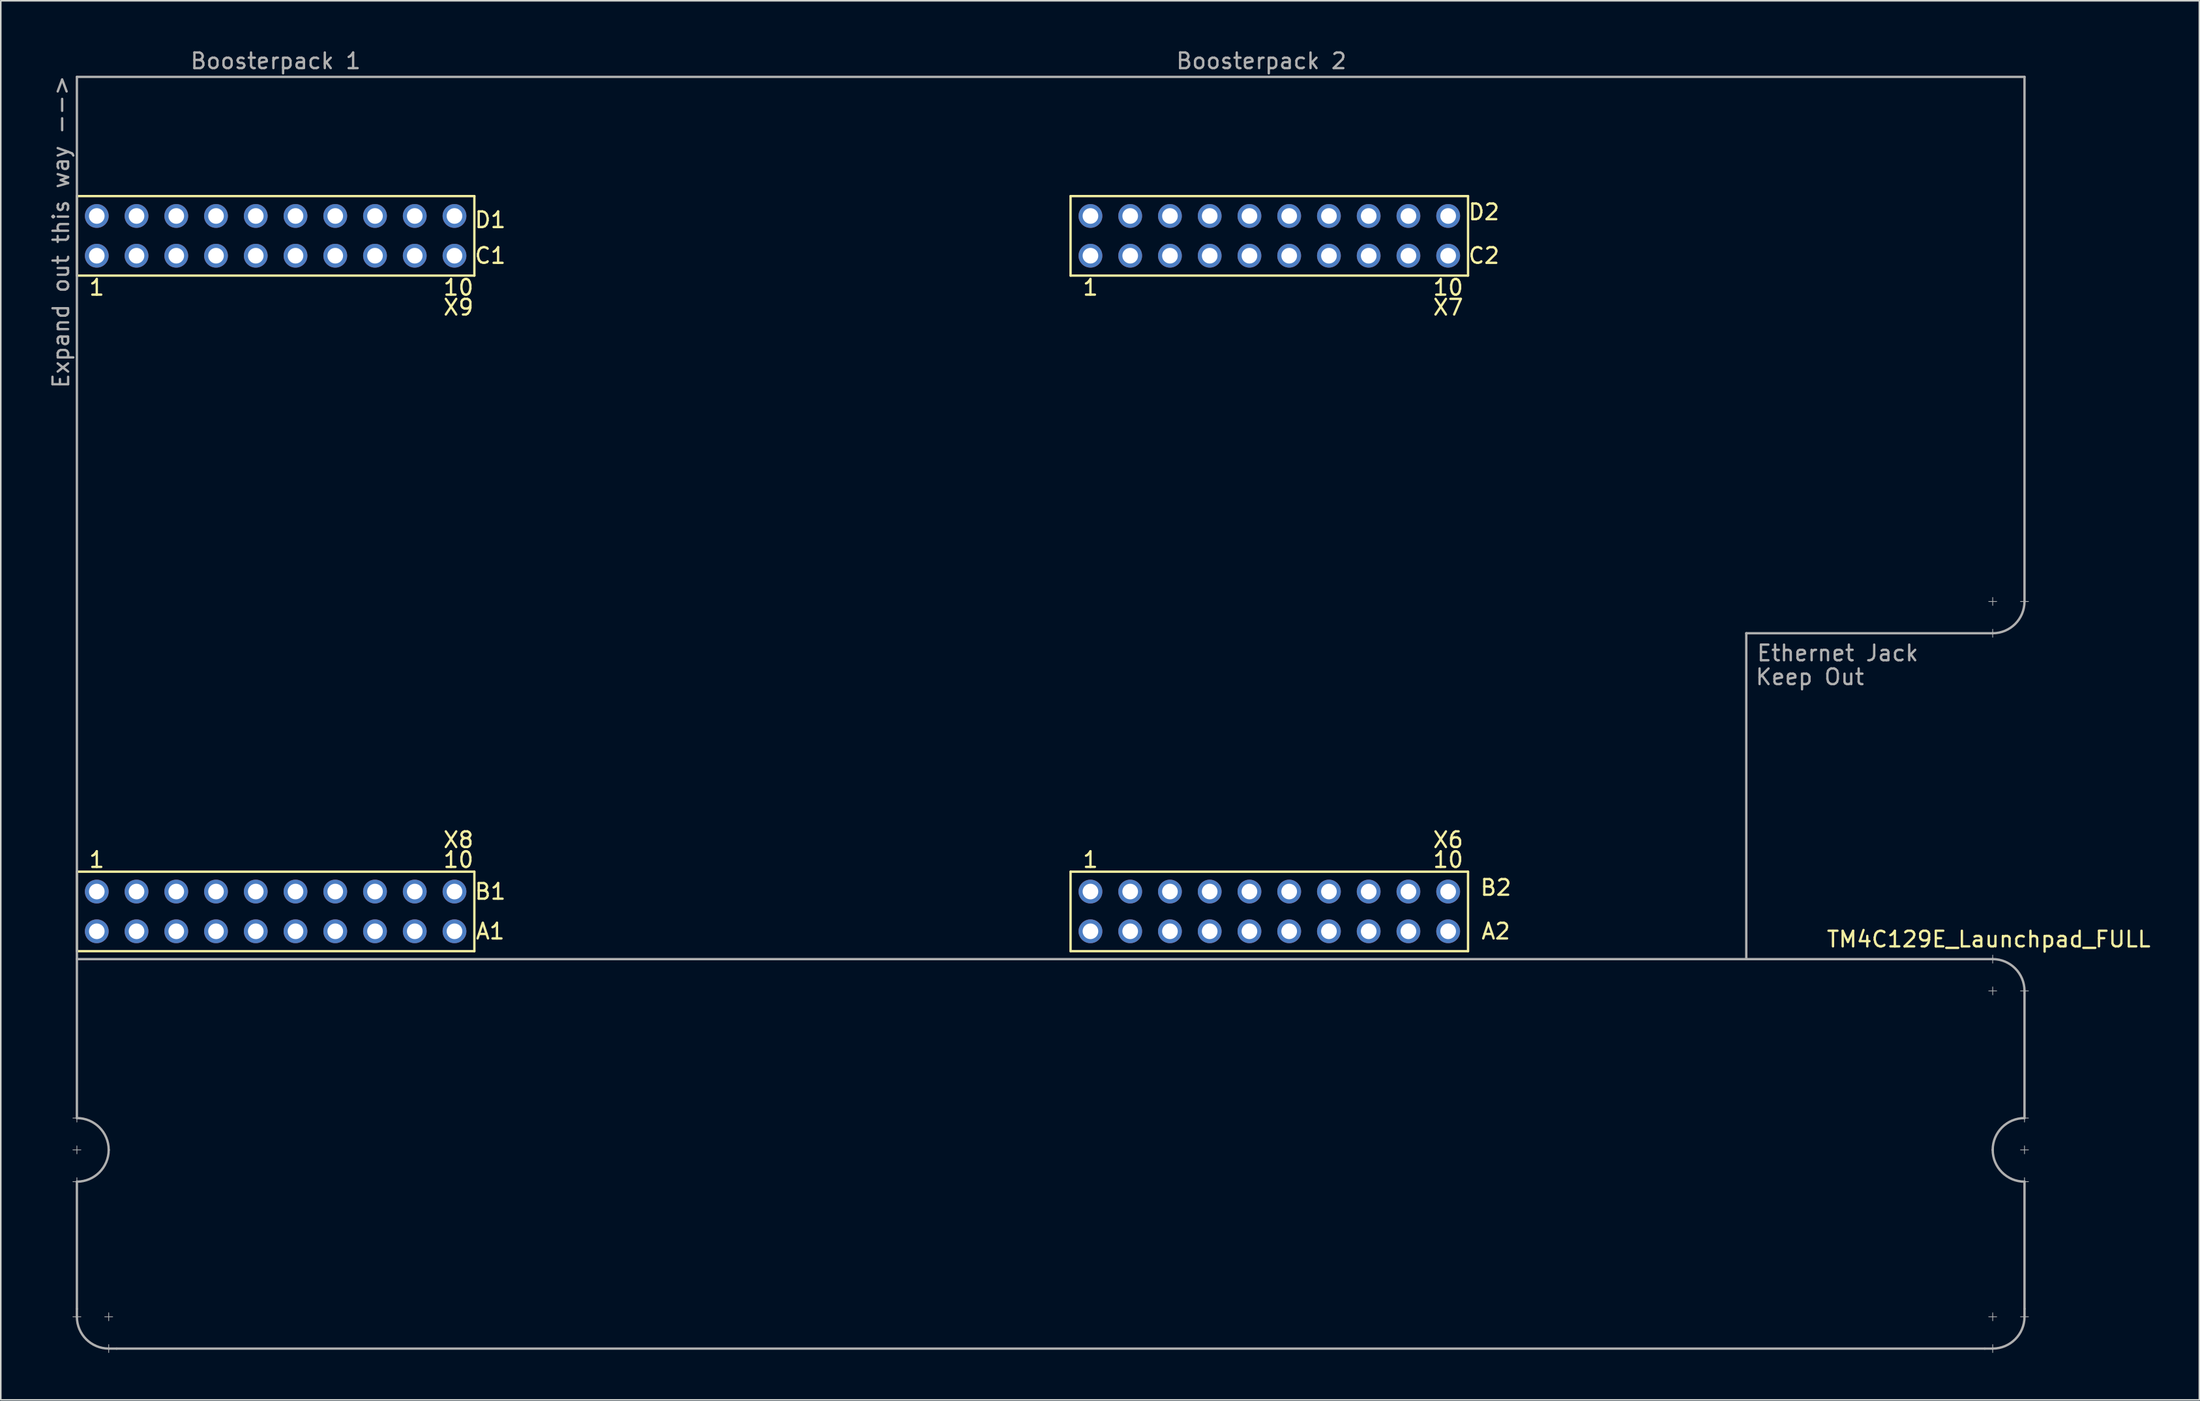
<source format=kicad_pcb>
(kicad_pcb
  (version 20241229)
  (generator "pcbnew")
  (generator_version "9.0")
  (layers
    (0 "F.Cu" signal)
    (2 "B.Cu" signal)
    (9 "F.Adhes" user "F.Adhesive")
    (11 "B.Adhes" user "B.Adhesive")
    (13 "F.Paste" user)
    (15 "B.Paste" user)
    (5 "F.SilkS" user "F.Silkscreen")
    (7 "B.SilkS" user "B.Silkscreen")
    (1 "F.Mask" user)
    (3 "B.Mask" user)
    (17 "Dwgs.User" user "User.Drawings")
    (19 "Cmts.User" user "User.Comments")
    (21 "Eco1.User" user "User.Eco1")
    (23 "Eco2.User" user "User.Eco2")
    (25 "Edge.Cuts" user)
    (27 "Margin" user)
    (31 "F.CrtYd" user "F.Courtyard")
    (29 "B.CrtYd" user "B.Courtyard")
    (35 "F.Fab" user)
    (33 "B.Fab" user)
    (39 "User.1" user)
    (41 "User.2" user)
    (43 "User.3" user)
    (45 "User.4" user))
  (footprint "TM4C129E_Launchpad_FULL"
    (layer "F.Cu")
    (at 1.864 57.744)
    (property "Reference" "TM4C129E_Launchpad_FULL" (at 122.174 -0.762 180) (layer "F.SilkS") (effects (font (size 1 1) (thickness 0.15))))
    (attr through_hole)
    (fp_line (start 0 -48.26) (end 0 -43.18) (stroke (width 0.15) (type solid)) (layer "F.SilkS"))
    (fp_line (start 0 -43.18) (end 25.4 -43.18) (stroke (width 0.15) (type solid)) (layer "F.SilkS"))
    (fp_line (start 0 -5.08) (end 0 0) (stroke (width 0.15) (type solid)) (layer "F.SilkS"))
    (fp_line (start 0 0) (end 25.4 0) (stroke (width 0.15) (type solid)) (layer "F.SilkS"))
    (fp_line (start 25.4 -48.26) (end 0 -48.26) (stroke (width 0.15) (type solid)) (layer "F.SilkS"))
    (fp_line (start 25.4 -43.18) (end 25.4 -48.26) (stroke (width 0.15) (type solid)) (layer "F.SilkS"))
    (fp_line (start 25.4 -5.08) (end 0 -5.08) (stroke (width 0.15) (type solid)) (layer "F.SilkS"))
    (fp_line (start 25.4 0) (end 25.4 -5.08) (stroke (width 0.15) (type solid)) (layer "F.SilkS"))
    (fp_line (start 63.5 -48.26) (end 63.5 -43.18) (stroke (width 0.15) (type solid)) (layer "F.SilkS"))
    (fp_line (start 63.5 -43.18) (end 88.9 -43.18) (stroke (width 0.15) (type solid)) (layer "F.SilkS"))
    (fp_line (start 63.5 -5.08) (end 63.5 0) (stroke (width 0.15) (type solid)) (layer "F.SilkS"))
    (fp_line (start 63.5 0) (end 88.9 0) (stroke (width 0.15) (type solid)) (layer "F.SilkS"))
    (fp_line (start 88.9 -48.26) (end 63.5 -48.26) (stroke (width 0.15) (type solid)) (layer "F.SilkS"))
    (fp_line (start 88.9 -43.18) (end 88.9 -48.26) (stroke (width 0.15) (type solid)) (layer "F.SilkS"))
    (fp_line (start 88.9 -5.08) (end 63.5 -5.08) (stroke (width 0.15) (type solid)) (layer "F.SilkS"))
    (fp_line (start 88.9 0) (end 88.9 -5.08) (stroke (width 0.15) (type solid)) (layer "F.SilkS"))
    (fp_line (start -0.254 10.668) (end 0.254 10.668) (stroke (width 0.05) (type solid)) (layer "F.Fab"))
    (fp_line (start -0.254 12.7) (end 0.254 12.7) (stroke (width 0.05) (type solid)) (layer "F.Fab"))
    (fp_line (start -0.254 14.732) (end 0.254 14.732) (stroke (width 0.05) (type solid)) (layer "F.Fab"))
    (fp_line (start 0 -55.88) (end 0 0.508) (stroke (width 0.15) (type solid)) (layer "F.Fab"))
    (fp_line (start 0 -55.88) (end 124.46 -55.88) (stroke (width 0.15) (type solid)) (layer "F.Fab"))
    (fp_line (start 0 0.508) (end 122.428 0.508) (stroke (width 0.15) (type solid)) (layer "F.Fab"))
    (fp_line (start 0 10.414) (end 0 10.922) (stroke (width 0.05) (type solid)) (layer "F.Fab"))
    (fp_line (start 0 10.668) (end 0 0.508) (stroke (width 0.15) (type solid)) (layer "F.Fab"))
    (fp_line (start 0 12.446) (end 0 12.954) (stroke (width 0.05) (type solid)) (layer "F.Fab"))
    (fp_line (start 0 14.478) (end 0 14.986) (stroke (width 0.05) (type solid)) (layer "F.Fab"))
    (fp_line (start 0 22.86) (end 0 14.732) (stroke (width 0.15) (type solid)) (layer "F.Fab"))
    (fp_line (start 0 22.86) (end 0 23.368) (stroke (width 0.15) (type solid)) (layer "F.Fab"))
    (fp_line (start 0.254 23.368) (end -0.254 23.368) (stroke (width 0.05) (type solid)) (layer "F.Fab"))
    (fp_line (start 1.778 23.368) (end 2.286 23.368) (stroke (width 0.05) (type solid)) (layer "F.Fab"))
    (fp_line (start 2.032 23.114) (end 2.032 23.622) (stroke (width 0.05) (type solid)) (layer "F.Fab"))
    (fp_line (start 2.032 25.146) (end 2.032 25.654) (stroke (width 0.05) (type solid)) (layer "F.Fab"))
    (fp_line (start 2.032 25.4) (end 2.54 25.4) (stroke (width 0.15) (type solid)) (layer "F.Fab"))
    (fp_line (start 2.54 25.4) (end 121.92 25.4) (stroke (width 0.15) (type solid)) (layer "F.Fab"))
    (fp_line (start 106.68 -20.32) (end 106.68 0.508) (stroke (width 0.15) (type solid)) (layer "F.Fab"))
    (fp_line (start 121.92 25.4) (end 122.428 25.4) (stroke (width 0.15) (type solid)) (layer "F.Fab"))
    (fp_line (start 122.174 -22.352) (end 122.682 -22.352) (stroke (width 0.05) (type solid)) (layer "F.Fab"))
    (fp_line (start 122.174 2.54) (end 122.682 2.54) (stroke (width 0.05) (type solid)) (layer "F.Fab"))
    (fp_line (start 122.174 23.368) (end 122.682 23.368) (stroke (width 0.05) (type solid)) (layer "F.Fab"))
    (fp_line (start 122.428 -22.606) (end 122.428 -22.098) (stroke (width 0.05) (type solid)) (layer "F.Fab"))
    (fp_line (start 122.428 -20.574) (end 122.428 -20.066) (stroke (width 0.05) (type solid)) (layer "F.Fab"))
    (fp_line (start 122.428 -20.32) (end 106.68 -20.32) (stroke (width 0.15) (type solid)) (layer "F.Fab"))
    (fp_line (start 122.428 0.254) (end 122.428 0.762) (stroke (width 0.05) (type solid)) (layer "F.Fab"))
    (fp_line (start 122.428 2.286) (end 122.428 2.794) (stroke (width 0.05) (type solid)) (layer "F.Fab"))
    (fp_line (start 122.428 23.114) (end 122.428 23.622) (stroke (width 0.05) (type solid)) (layer "F.Fab"))
    (fp_line (start 122.428 25.146) (end 122.428 25.654) (stroke (width 0.05) (type solid)) (layer "F.Fab"))
    (fp_line (start 124.206 -22.352) (end 124.714 -22.352) (stroke (width 0.05) (type solid)) (layer "F.Fab"))
    (fp_line (start 124.206 2.54) (end 124.714 2.54) (stroke (width 0.05) (type solid)) (layer "F.Fab"))
    (fp_line (start 124.206 10.668) (end 124.714 10.668) (stroke (width 0.05) (type solid)) (layer "F.Fab"))
    (fp_line (start 124.206 12.7) (end 124.714 12.7) (stroke (width 0.05) (type solid)) (layer "F.Fab"))
    (fp_line (start 124.206 14.732) (end 124.714 14.732) (stroke (width 0.05) (type solid)) (layer "F.Fab"))
    (fp_line (start 124.206 23.368) (end 124.714 23.368) (stroke (width 0.05) (type solid)) (layer "F.Fab"))
    (fp_line (start 124.46 -55.88) (end 124.46 -22.352) (stroke (width 0.15) (type solid)) (layer "F.Fab"))
    (fp_line (start 124.46 10.414) (end 124.46 10.922) (stroke (width 0.05) (type solid)) (layer "F.Fab"))
    (fp_line (start 124.46 10.668) (end 124.46 2.54) (stroke (width 0.15) (type solid)) (layer "F.Fab"))
    (fp_line (start 124.46 12.446) (end 124.46 12.954) (stroke (width 0.05) (type solid)) (layer "F.Fab"))
    (fp_line (start 124.46 14.478) (end 124.46 14.986) (stroke (width 0.05) (type solid)) (layer "F.Fab"))
    (fp_line (start 124.46 14.732) (end 124.46 22.86) (stroke (width 0.15) (type solid)) (layer "F.Fab"))
    (fp_line (start 124.46 23.343) (end 124.46 22.86) (stroke (width 0.15) (type solid)) (layer "F.Fab"))
    (fp_arc (start 0 10.668) (mid 1.436841 11.263159) (end 2.032 12.7) (stroke (width 0.15) (type solid)) (layer "F.Fab"))
    (fp_arc (start 2.032 12.7) (mid 1.436841 14.136841) (end 0 14.732) (stroke (width 0.15) (type solid)) (layer "F.Fab"))
    (fp_arc (start 2.032 25.4) (mid 0.595159 24.804841) (end 0 23.368) (stroke (width 0.15) (type solid)) (layer "F.Fab"))
    (fp_arc (start 122.428 0.508) (mid 123.864841 1.103159) (end 124.46 2.54) (stroke (width 0.15) (type solid)) (layer "F.Fab"))
    (fp_arc (start 122.428 12.7) (mid 123.023159 11.263159) (end 124.46 10.668) (stroke (width 0.15) (type solid)) (layer "F.Fab"))
    (fp_arc (start 124.46 -22.352) (mid 123.864841 -20.915159) (end 122.428 -20.32) (stroke (width 0.15) (type solid)) (layer "F.Fab"))
    (fp_arc (start 124.46 14.732) (mid 123.023159 14.136841) (end 122.428 12.7) (stroke (width 0.15) (type solid)) (layer "F.Fab"))
    (fp_arc (start 124.46 23.368) (mid 123.864841 24.804841) (end 122.428 25.4) (stroke (width 0.15) (type solid)) (layer "F.Fab"))
    (fp_text user "X9" (at 24.384 -41.148 180) (layer "F.SilkS") (effects (font (size 1 1) (thickness 0.15))))
    (fp_text user "C2" (at 89.916 -44.45 180) (layer "F.SilkS") (effects (font (size 1 1) (thickness 0.15))))
    (fp_text user "X8" (at 24.384 -7.112 180) (layer "F.SilkS") (effects (font (size 1 1) (thickness 0.15))))
    (fp_text user "A1" (at 26.416 -1.27 180) (layer "F.SilkS") (effects (font (size 1 1) (thickness 0.15))))
    (fp_text user "1" (at 1.27 -5.842 180) (layer "F.SilkS") (effects (font (size 1 1) (thickness 0.15))))
    (fp_text user "X6" (at 87.63 -7.112 0) (layer "F.SilkS") (effects (font (size 1 1) (thickness 0.15))))
    (fp_text user "D1" (at 26.416 -46.736 180) (layer "F.SilkS") (effects (font (size 1 1) (thickness 0.15))))
    (fp_text user "B1" (at 26.416 -3.81 180) (layer "F.SilkS") (effects (font (size 1 1) (thickness 0.15))))
    (fp_text user "B2" (at 90.678 -4.064 180) (layer "F.SilkS") (effects (font (size 1 1) (thickness 0.15))))
    (fp_text user "10" (at 24.384 -42.418 180) (layer "F.SilkS") (effects (font (size 1 1) (thickness 0.15))))
    (fp_text user "1" (at 64.77 -5.842 180) (layer "F.SilkS") (effects (font (size 1 1) (thickness 0.15))))
    (fp_text user "1" (at 64.77 -42.418 180) (layer "F.SilkS") (effects (font (size 1 1) (thickness 0.15))))
    (fp_text user "D2" (at 89.916 -47.244 0) (layer "F.SilkS") (effects (font (size 1 1) (thickness 0.15))))
    (fp_text user "10" (at 87.63 -42.418 180) (layer "F.SilkS") (effects (font (size 1 1) (thickness 0.15))))
    (fp_text user "X7" (at 87.63 -41.148 180) (layer "F.SilkS") (effects (font (size 1 1) (thickness 0.15))))
    (fp_text user "C1" (at 26.416 -44.45 180) (layer "F.SilkS") (effects (font (size 1 1) (thickness 0.15))))
    (fp_text user "A2" (at 90.678 -1.27 180) (layer "F.SilkS") (effects (font (size 1 1) (thickness 0.15))))
    (fp_text user "10" (at 87.63 -5.842 180) (layer "F.SilkS") (effects (font (size 1 1) (thickness 0.15))))
    (fp_text user "10" (at 24.384 -5.842 180) (layer "F.SilkS") (effects (font (size 1 1) (thickness 0.15))))
    (fp_text user "1" (at 1.27 -42.418 180) (layer "F.SilkS") (effects (font (size 1 1) (thickness 0.15))))
    (fp_text user "Ethernet Jack" (at 112.522 -19.05 0) (layer "F.Fab") (effects (font (size 1 1) (thickness 0.15))))
    (fp_text user "Boosterpack 1" (at 12.7 -56.896 0) (layer "F.Fab") (effects (font (size 1 1) (thickness 0.15))))
    (fp_text user "Keep Out" (at 110.744 -17.526 0) (layer "F.Fab") (effects (font (size 1 1) (thickness 0.15))))
    (fp_text user "Expand out this way -->" (at -1.016 -45.974 90) (layer "F.Fab") (effects (font (size 1 1) (thickness 0.15))))
    (fp_text user "Boosterpack 2" (at 75.692 -56.896 0) (layer "F.Fab") (effects (font (size 1 1) (thickness 0.15))))
    (pad "+3V3" thru_hole circle (at 1.27 -1.27 180) (size 1.52 1.52) (drill 1) (layers "*.Cu" "*.Mask" "F.Paste"))
    (pad "+3V3" thru_hole circle (at 64.77 -1.27 180) (size 1.52 1.52) (drill 1) (layers "*.Cu" "*.Mask" "F.Paste"))
    (pad "+5V" thru_hole circle (at 1.27 -3.81 180) (size 1.52 1.52) (drill 1) (layers "*.Cu" "*.Mask" "F.Paste"))
    (pad "+5V" thru_hole circle (at 64.77 -3.81 180) (size 1.52 1.52) (drill 1) (layers "*.Cu" "*.Mask" "F.Paste"))
    (pad "GND" thru_hole circle (at 1.27 -46.99 180) (size 1.52 1.52) (drill 1) (layers "*.Cu" "*.Mask" "F.Paste"))
    (pad "GND" thru_hole circle (at 3.81 -3.81 180) (size 1.52 1.52) (drill 1) (layers "*.Cu" "*.Mask" "F.Paste"))
    (pad "GND" thru_hole circle (at 64.77 -46.99 180) (size 1.52 1.52) (drill 1) (layers "*.Cu" "*.Mask" "F.Paste"))
    (pad "GND" thru_hole circle (at 67.31 -3.81 180) (size 1.52 1.52) (drill 1) (layers "*.Cu" "*.Mask" "F.Paste"))
    (pad "PA4" thru_hole circle (at 85.09 -3.81 180) (size 1.52 1.52) (drill 1) (layers "*.Cu" "*.Mask" "F.Paste"))
    (pad "PA5" thru_hole circle (at 87.63 -3.81 180) (size 1.52 1.52) (drill 1) (layers "*.Cu" "*.Mask" "F.Paste"))
    (pad "PA6" thru_hole circle (at 19.05 -3.81 180) (size 1.52 1.52) (drill 1) (layers "*.Cu" "*.Mask" "F.Paste"))
    (pad "PA7" thru_hole circle (at 72.39 -46.99 180) (size 1.52 1.52) (drill 1) (layers "*.Cu" "*.Mask" "F.Paste"))
    (pad "PB2" thru_hole circle (at 21.59 -1.27 180) (size 1.52 1.52) (drill 1) (layers "*.Cu" "*.Mask" "F.Paste"))
    (pad "PB3" thru_hole circle (at 24.13 -1.27 180) (size 1.52 1.52) (drill 1) (layers "*.Cu" "*.Mask" "F.Paste"))
    (pad "PB4" thru_hole circle (at 69.85 -3.81 180) (size 1.52 1.52) (drill 1) (layers "*.Cu" "*.Mask" "F.Paste"))
    (pad "PB5" thru_hole circle (at 72.39 -3.81 180) (size 1.52 1.52) (drill 1) (layers "*.Cu" "*.Mask" "F.Paste"))
    (pad "PC4" thru_hole circle (at 6.35 -1.27 180) (size 1.52 1.52) (drill 1) (layers "*.Cu" "*.Mask" "F.Paste"))
    (pad "PC5" thru_hole circle (at 8.89 -1.27 180) (size 1.52 1.52) (drill 1) (layers "*.Cu" "*.Mask" "F.Paste"))
    (pad "PC6" thru_hole circle (at 11.43 -1.27 180) (size 1.52 1.52) (drill 1) (layers "*.Cu" "*.Mask" "F.Paste"))
    (pad "PC7" thru_hole circle (at 19.05 -1.27 180) (size 1.52 1.52) (drill 1) (layers "*.Cu" "*.Mask" "F.Paste"))
    (pad "PD0" thru_hole circle (at 16.51 -46.99 180) (size 1.52 1.52) (drill 1) (layers "*.Cu" "*.Mask" "F.Paste"))
    (pad "PD1" thru_hole circle (at 13.97 -46.99 180) (size 1.52 1.52) (drill 1) (layers "*.Cu" "*.Mask" "F.Paste"))
    (pad "PD2" thru_hole circle (at 67.31 -1.27 180) (size 1.52 1.52) (drill 1) (layers "*.Cu" "*.Mask" "F.Paste"))
    (pad "PD3" thru_hole circle (at 16.51 -1.27 180) (size 1.52 1.52) (drill 1) (layers "*.Cu" "*.Mask" "F.Paste"))
    (pad "PD4" thru_hole circle (at 74.93 -1.27 180) (size 1.52 1.52) (drill 1) (layers "*.Cu" "*.Mask" "F.Paste"))
    (pad "PD5" thru_hole circle (at 77.47 -1.27 180) (size 1.52 1.52) (drill 1) (layers "*.Cu" "*.Mask" "F.Paste"))
    (pad "PD7" thru_hole circle (at 16.51 -3.81 180) (size 1.52 1.52) (drill 1) (layers "*.Cu" "*.Mask" "F.Paste"))
    (pad "PE0" thru_hole circle (at 6.35 -3.81 180) (size 1.52 1.52) (drill 1) (layers "*.Cu" "*.Mask" "F.Paste"))
    (pad "PE1" thru_hole circle (at 8.89 -3.81 180) (size 1.52 1.52) (drill 1) (layers "*.Cu" "*.Mask" "F.Paste"))
    (pad "PE2" thru_hole circle (at 11.43 -3.81 180) (size 1.52 1.52) (drill 1) (layers "*.Cu" "*.Mask" "F.Paste"))
    (pad "PE3" thru_hole circle (at 13.97 -3.81 180) (size 1.52 1.52) (drill 1) (layers "*.Cu" "*.Mask" "F.Paste"))
    (pad "PE4" thru_hole circle (at 3.81 -1.27 180) (size 1.52 1.52) (drill 1) (layers "*.Cu" "*.Mask" "F.Paste"))
    (pad "PE5" thru_hole circle (at 13.97 -1.27 180) (size 1.52 1.52) (drill 1) (layers "*.Cu" "*.Mask" "F.Paste"))
    (pad "PF1" thru_hole circle (at 1.27 -44.45 180) (size 1.52 1.52) (drill 1) (layers "*.Cu" "*.Mask" "F.Paste"))
    (pad "PF2" thru_hole circle (at 3.81 -44.45 180) (size 1.52 1.52) (drill 1) (layers "*.Cu" "*.Mask" "F.Paste"))
    (pad "PF3" thru_hole circle (at 6.35 -44.45 180) (size 1.52 1.52) (drill 1) (layers "*.Cu" "*.Mask" "F.Paste"))
    (pad "PG0" thru_hole circle (at 8.89 -44.45 180) (size 1.52 1.52) (drill 1) (layers "*.Cu" "*.Mask" "F.Paste"))
    (pad "PG1" thru_hole circle (at 64.77 -44.45 180) (size 1.52 1.52) (drill 1) (layers "*.Cu" "*.Mask" "F.Paste"))
    (pad "PH0" thru_hole circle (at 80.01 -44.45 180) (size 1.52 1.52) (drill 1) (layers "*.Cu" "*.Mask" "F.Paste"))
    (pad "PH1" thru_hole circle (at 82.55 -44.45 180) (size 1.52 1.52) (drill 1) (layers "*.Cu" "*.Mask" "F.Paste"))
    (pad "PH2" thru_hole circle (at 6.35 -46.99 180) (size 1.52 1.52) (drill 1) (layers "*.Cu" "*.Mask" "F.Paste"))
    (pad "PH3" thru_hole circle (at 8.89 -46.99 180) (size 1.52 1.52) (drill 1) (layers "*.Cu" "*.Mask" "F.Paste"))
    (pad "PK0" thru_hole circle (at 74.93 -3.81 180) (size 1.52 1.52) (drill 1) (layers "*.Cu" "*.Mask" "F.Paste"))
    (pad "PK1" thru_hole circle (at 77.47 -3.81 180) (size 1.52 1.52) (drill 1) (layers "*.Cu" "*.Mask" "F.Paste"))
    (pad "PK2" thru_hole circle (at 80.01 -3.81 180) (size 1.52 1.52) (drill 1) (layers "*.Cu" "*.Mask" "F.Paste"))
    (pad "PK3" thru_hole circle (at 82.55 -3.81 180) (size 1.52 1.52) (drill 1) (layers "*.Cu" "*.Mask" "F.Paste"))
    (pad "PK4" thru_hole circle (at 67.31 -44.45 180) (size 1.52 1.52) (drill 1) (layers "*.Cu" "*.Mask" "F.Paste"))
    (pad "PK5" thru_hole circle (at 69.85 -44.45 180) (size 1.52 1.52) (drill 1) (layers "*.Cu" "*.Mask" "F.Paste"))
    (pad "PK6" thru_hole circle (at 85.09 -44.45 180) (size 1.52 1.52) (drill 1) (layers "*.Cu" "*.Mask" "F.Paste"))
    (pad "PK7" thru_hole circle (at 87.63 -44.45 180) (size 1.52 1.52) (drill 1) (layers "*.Cu" "*.Mask" "F.Paste"))
    (pad "PL0" thru_hole circle (at 16.51 -44.45 180) (size 1.52 1.52) (drill 1) (layers "*.Cu" "*.Mask" "F.Paste"))
    (pad "PL1" thru_hole circle (at 19.05 -44.45 180) (size 1.52 1.52) (drill 1) (layers "*.Cu" "*.Mask" "F.Paste"))
    (pad "PL2" thru_hole circle (at 21.59 -44.45 180) (size 1.52 1.52) (drill 1) (layers "*.Cu" "*.Mask" "F.Paste"))
    (pad "PL3" thru_hole circle (at 24.13 -44.45 180) (size 1.52 1.52) (drill 1) (layers "*.Cu" "*.Mask" "F.Paste"))
    (pad "PL4" thru_hole circle (at 11.43 -44.45 180) (size 1.52 1.52) (drill 1) (layers "*.Cu" "*.Mask" "F.Paste"))
    (pad "PL5" thru_hole circle (at 13.97 -44.45 180) (size 1.52 1.52) (drill 1) (layers "*.Cu" "*.Mask" "F.Paste"))
    (pad "PM0" thru_hole circle (at 72.39 -44.45 180) (size 1.52 1.52) (drill 1) (layers "*.Cu" "*.Mask" "F.Paste"))
    (pad "PM1" thru_hole circle (at 74.93 -44.45 180) (size 1.52 1.52) (drill 1) (layers "*.Cu" "*.Mask" "F.Paste"))
    (pad "PM2" thru_hole circle (at 77.47 -44.45 180) (size 1.52 1.52) (drill 1) (layers "*.Cu" "*.Mask" "F.Paste"))
    (pad "PM3" thru_hole circle (at 3.81 -46.99 180) (size 1.52 1.52) (drill 1) (layers "*.Cu" "*.Mask" "F.Paste"))
    (pad "PM4" thru_hole circle (at 21.59 -3.81 180) (size 1.52 1.52) (drill 1) (layers "*.Cu" "*.Mask" "F.Paste"))
    (pad "PM5" thru_hole circle (at 24.13 -3.81 180) (size 1.52 1.52) (drill 1) (layers "*.Cu" "*.Mask" "F.Paste"))
    (pad "PM6" thru_hole circle (at 87.63 -46.99 180) (size 1.52 1.52) (drill 1) (layers "*.Cu" "*.Mask" "F.Paste"))
    (pad "PM7" thru_hole circle (at 67.31 -46.99 180) (size 1.52 1.52) (drill 1) (layers "*.Cu" "*.Mask" "F.Paste"))
    (pad "PN2" thru_hole circle (at 19.05 -46.99 180) (size 1.52 1.52) (drill 1) (layers "*.Cu" "*.Mask" "F.Paste"))
    (pad "PN3" thru_hole circle (at 21.59 -46.99 180) (size 1.52 1.52) (drill 1) (layers "*.Cu" "*.Mask" "F.Paste"))
    (pad "PN4" thru_hole circle (at 87.63 -1.27 180) (size 1.52 1.52) (drill 1) (layers "*.Cu" "*.Mask" "F.Paste"))
    (pad "PN5" thru_hole circle (at 85.09 -1.27 180) (size 1.52 1.52) (drill 1) (layers "*.Cu" "*.Mask" "F.Paste"))
    (pad "PP0" thru_hole circle (at 69.85 -1.27 180) (size 1.52 1.52) (drill 1) (layers "*.Cu" "*.Mask" "F.Paste"))
    (pad "PP1" thru_hole circle (at 72.39 -1.27 180) (size 1.52 1.52) (drill 1) (layers "*.Cu" "*.Mask" "F.Paste"))
    (pad "PP2" thru_hole circle (at 24.13 -46.99 180) (size 1.52 1.52) (drill 1) (layers "*.Cu" "*.Mask" "F.Paste"))
    (pad "PP3" thru_hole circle (at 82.55 -46.99 180) (size 1.52 1.52) (drill 1) (layers "*.Cu" "*.Mask" "F.Paste"))
    (pad "PP4" thru_hole circle (at 82.55 -1.27 180) (size 1.52 1.52) (drill 1) (layers "*.Cu" "*.Mask" "F.Paste"))
    (pad "PP5" thru_hole circle (at 69.85 -46.99 180) (size 1.52 1.52) (drill 1) (layers "*.Cu" "*.Mask" "F.Paste"))
    (pad "PQ0" thru_hole circle (at 80.01 -1.27 180) (size 1.52 1.52) (drill 1) (layers "*.Cu" "*.Mask" "F.Paste"))
    (pad "PQ1" thru_hole circle (at 85.09 -46.99 180) (size 1.52 1.52) (drill 1) (layers "*.Cu" "*.Mask" "F.Paste"))
    (pad "PQ2" thru_hole circle (at 77.47 -46.99 180) (size 1.52 1.52) (drill 1) (layers "*.Cu" "*.Mask" "F.Paste"))
    (pad "PQ3" thru_hole circle (at 80.01 -46.99 180) (size 1.52 1.52) (drill 1) (layers "*.Cu" "*.Mask" "F.Paste"))
    (pad "Rese" thru_hole circle (at 11.43 -46.99 180) (size 1.52 1.52) (drill 1) (layers "*.Cu" "*.Mask" "F.Paste"))
    (pad "Rese" thru_hole circle (at 74.93 -46.99 180) (size 1.52 1.52) (drill 1) (layers "*.Cu" "*.Mask" "F.Paste")))
  (gr_rect
    (start -3 -3)
    (end 137.497 86.423)
    (stroke (width 0.1) (type default))
    (fill no)
    (layer "Edge.Cuts")))
</source>
